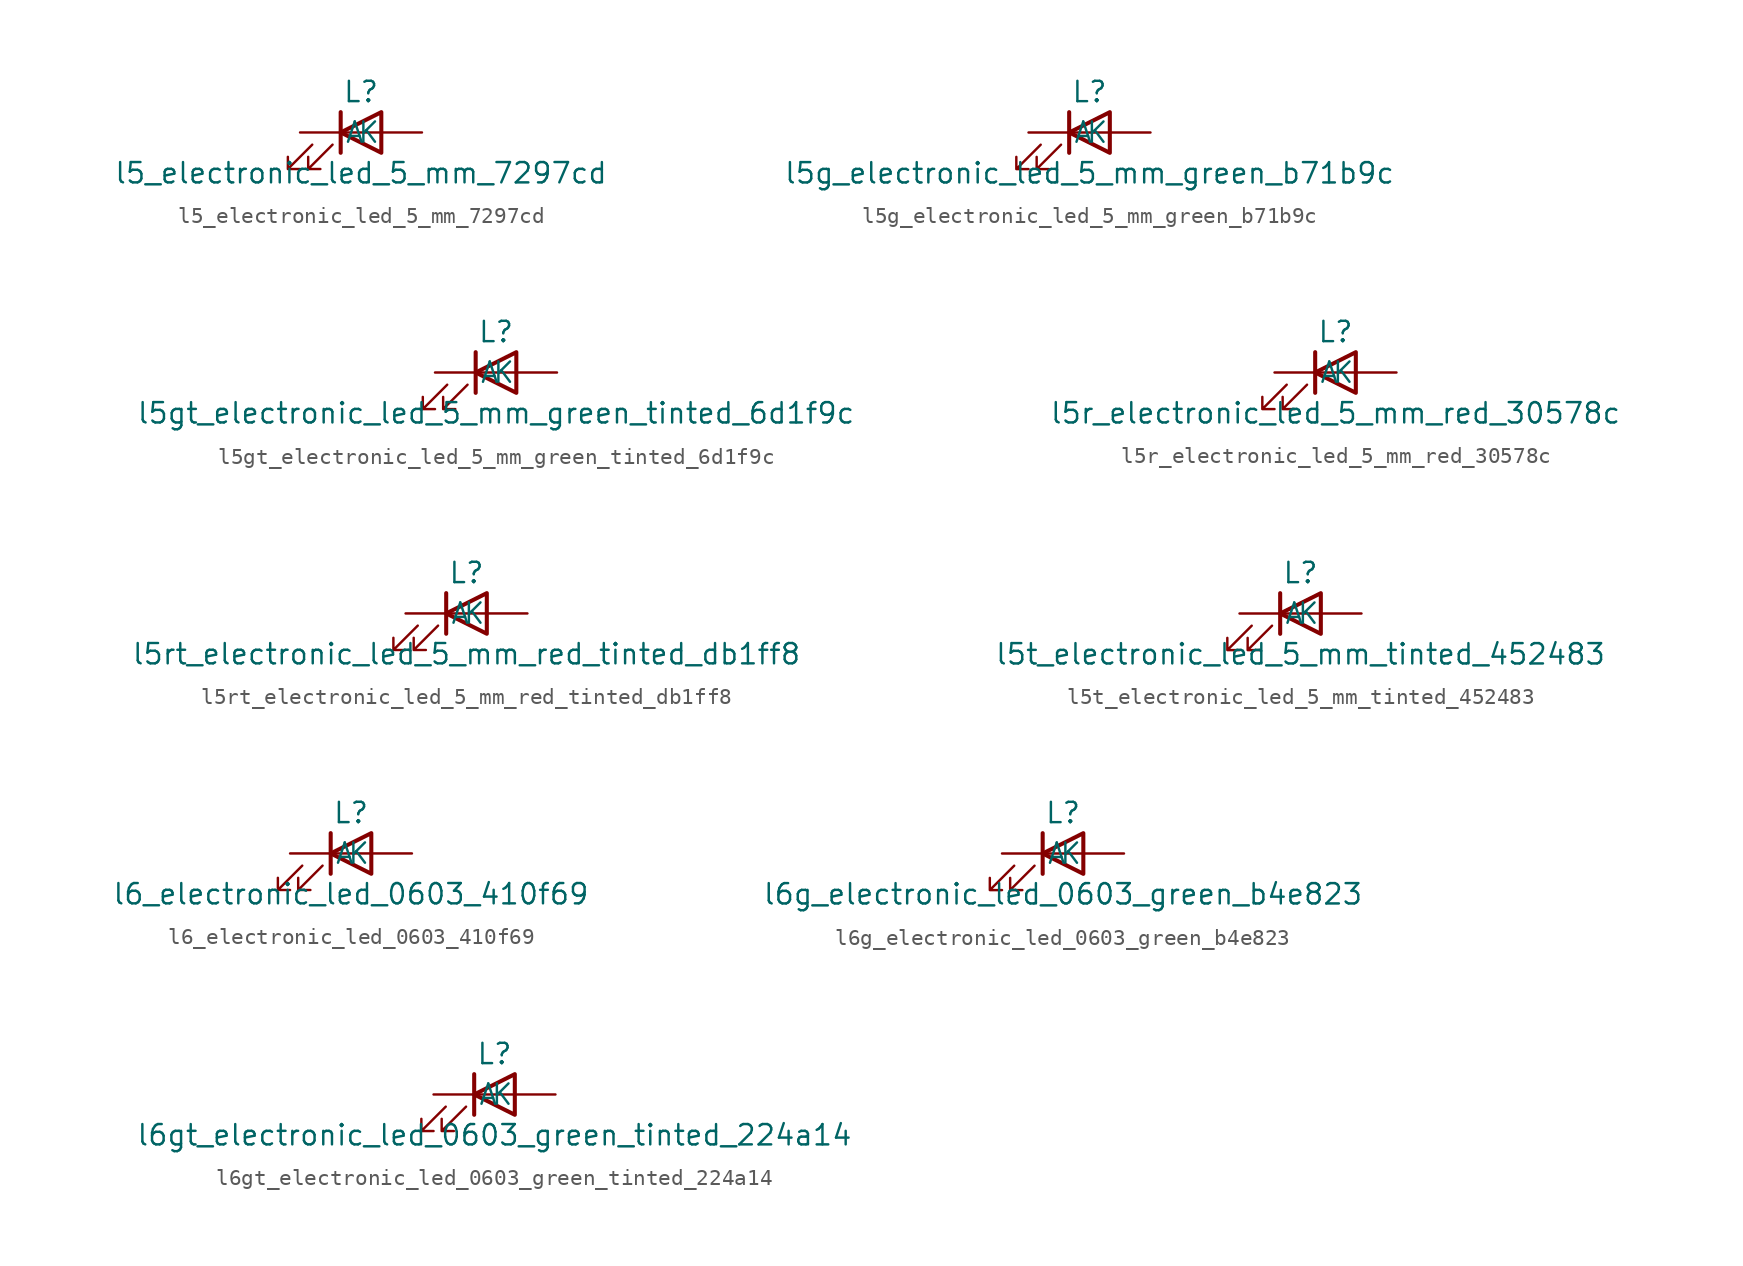
<source format=kicad_sym>
(kicad_symbol_lib
  (version 20220914)
  (generator kicad_symbol_editor)
  (symbol "l5_electronic_led_5_mm_7297cd"
    (pin_numbers hide)
    (pin_names
      (offset 1.016))
    (property "Reference" "L"
      (at 0 2.54 0)
      (effects (font (size 1.27 1.27))))
    (property "Value" "l5_electronic_led_5_mm_7297cd"
      (at 0 -2.54 0)
      (effects (font (size 1.27 1.27))))
    (symbol "l5_electronic_led_5_mm_7297cd_0_1"
      (polyline (pts (xy -1.27 -1.27) (xy -1.27 1.27)) (stroke (width 0.254) (type default)) (fill (type none)))
      (polyline (pts (xy -1.27 0) (xy 1.27 0)) (stroke (width 0) (type default)) (fill (type none)))
      (polyline (pts (xy 1.27 -1.27) (xy 1.27 1.27) (xy -1.27 0) (xy 1.27 -1.27)) (stroke (width 0.254) (type default)) (fill (type none)))
      (polyline (pts (xy -3.048 -0.762) (xy -4.572 -2.286) (xy -3.81 -2.286) (xy -4.572 -2.286) (xy -4.572 -1.524)) (stroke (width 0) (type default)) (fill (type none)))
      (polyline (pts (xy -1.778 -0.762) (xy -3.302 -2.286) (xy -2.54 -2.286) (xy -3.302 -2.286) (xy -3.302 -1.524)) (stroke (width 0) (type default)) (fill (type none))))
    (symbol "l5_electronic_led_5_mm_7297cd_1_1"
      (pin passive line (at -3.81 0 0) (length 2.54) (name "K" (effects (font (size 1.27 1.27)))) (number "1" (effects (font (size 1.27 1.27)))))
      (pin passive line (at 3.81 0 180) (length 2.54) (name "A" (effects (font (size 1.27 1.27)))) (number "2" (effects (font (size 1.27 1.27)))))))
  (symbol "l5g_electronic_led_5_mm_green_b71b9c"
    (pin_numbers hide)
    (pin_names
      (offset 1.016))
    (property "Reference" "L"
      (at 0 2.54 0)
      (effects (font (size 1.27 1.27))))
    (property "Value" "l5g_electronic_led_5_mm_green_b71b9c"
      (at 0 -2.54 0)
      (effects (font (size 1.27 1.27))))
    (symbol "l5g_electronic_led_5_mm_green_b71b9c_0_1"
      (polyline (pts (xy -1.27 -1.27) (xy -1.27 1.27)) (stroke (width 0.254) (type default)) (fill (type none)))
      (polyline (pts (xy -1.27 0) (xy 1.27 0)) (stroke (width 0) (type default)) (fill (type none)))
      (polyline (pts (xy 1.27 -1.27) (xy 1.27 1.27) (xy -1.27 0) (xy 1.27 -1.27)) (stroke (width 0.254) (type default)) (fill (type none)))
      (polyline (pts (xy -3.048 -0.762) (xy -4.572 -2.286) (xy -3.81 -2.286) (xy -4.572 -2.286) (xy -4.572 -1.524)) (stroke (width 0) (type default)) (fill (type none)))
      (polyline (pts (xy -1.778 -0.762) (xy -3.302 -2.286) (xy -2.54 -2.286) (xy -3.302 -2.286) (xy -3.302 -1.524)) (stroke (width 0) (type default)) (fill (type none))))
    (symbol "l5g_electronic_led_5_mm_green_b71b9c_1_1"
      (pin passive line (at -3.81 0 0) (length 2.54) (name "K" (effects (font (size 1.27 1.27)))) (number "1" (effects (font (size 1.27 1.27)))))
      (pin passive line (at 3.81 0 180) (length 2.54) (name "A" (effects (font (size 1.27 1.27)))) (number "2" (effects (font (size 1.27 1.27)))))))
  (symbol "l5gt_electronic_led_5_mm_green_tinted_6d1f9c"
    (pin_numbers hide)
    (pin_names
      (offset 1.016))
    (property "Reference" "L"
      (at 0 2.54 0)
      (effects (font (size 1.27 1.27))))
    (property "Value" "l5gt_electronic_led_5_mm_green_tinted_6d1f9c"
      (at 0 -2.54 0)
      (effects (font (size 1.27 1.27))))
    (symbol "l5gt_electronic_led_5_mm_green_tinted_6d1f9c_0_1"
      (polyline (pts (xy -1.27 -1.27) (xy -1.27 1.27)) (stroke (width 0.254) (type default)) (fill (type none)))
      (polyline (pts (xy -1.27 0) (xy 1.27 0)) (stroke (width 0) (type default)) (fill (type none)))
      (polyline (pts (xy 1.27 -1.27) (xy 1.27 1.27) (xy -1.27 0) (xy 1.27 -1.27)) (stroke (width 0.254) (type default)) (fill (type none)))
      (polyline (pts (xy -3.048 -0.762) (xy -4.572 -2.286) (xy -3.81 -2.286) (xy -4.572 -2.286) (xy -4.572 -1.524)) (stroke (width 0) (type default)) (fill (type none)))
      (polyline (pts (xy -1.778 -0.762) (xy -3.302 -2.286) (xy -2.54 -2.286) (xy -3.302 -2.286) (xy -3.302 -1.524)) (stroke (width 0) (type default)) (fill (type none))))
    (symbol "l5gt_electronic_led_5_mm_green_tinted_6d1f9c_1_1"
      (pin passive line (at -3.81 0 0) (length 2.54) (name "K" (effects (font (size 1.27 1.27)))) (number "1" (effects (font (size 1.27 1.27)))))
      (pin passive line (at 3.81 0 180) (length 2.54) (name "A" (effects (font (size 1.27 1.27)))) (number "2" (effects (font (size 1.27 1.27)))))))
  (symbol "l5r_electronic_led_5_mm_red_30578c"
    (pin_numbers hide)
    (pin_names
      (offset 1.016))
    (property "Reference" "L"
      (at 0 2.54 0)
      (effects (font (size 1.27 1.27))))
    (property "Value" "l5r_electronic_led_5_mm_red_30578c"
      (at 0 -2.54 0)
      (effects (font (size 1.27 1.27))))
    (symbol "l5r_electronic_led_5_mm_red_30578c_0_1"
      (polyline (pts (xy -1.27 -1.27) (xy -1.27 1.27)) (stroke (width 0.254) (type default)) (fill (type none)))
      (polyline (pts (xy -1.27 0) (xy 1.27 0)) (stroke (width 0) (type default)) (fill (type none)))
      (polyline (pts (xy 1.27 -1.27) (xy 1.27 1.27) (xy -1.27 0) (xy 1.27 -1.27)) (stroke (width 0.254) (type default)) (fill (type none)))
      (polyline (pts (xy -3.048 -0.762) (xy -4.572 -2.286) (xy -3.81 -2.286) (xy -4.572 -2.286) (xy -4.572 -1.524)) (stroke (width 0) (type default)) (fill (type none)))
      (polyline (pts (xy -1.778 -0.762) (xy -3.302 -2.286) (xy -2.54 -2.286) (xy -3.302 -2.286) (xy -3.302 -1.524)) (stroke (width 0) (type default)) (fill (type none))))
    (symbol "l5r_electronic_led_5_mm_red_30578c_1_1"
      (pin passive line (at -3.81 0 0) (length 2.54) (name "K" (effects (font (size 1.27 1.27)))) (number "1" (effects (font (size 1.27 1.27)))))
      (pin passive line (at 3.81 0 180) (length 2.54) (name "A" (effects (font (size 1.27 1.27)))) (number "2" (effects (font (size 1.27 1.27)))))))
  (symbol "l5rt_electronic_led_5_mm_red_tinted_db1ff8"
    (pin_numbers hide)
    (pin_names
      (offset 1.016))
    (property "Reference" "L"
      (at 0 2.54 0)
      (effects (font (size 1.27 1.27))))
    (property "Value" "l5rt_electronic_led_5_mm_red_tinted_db1ff8"
      (at 0 -2.54 0)
      (effects (font (size 1.27 1.27))))
    (symbol "l5rt_electronic_led_5_mm_red_tinted_db1ff8_0_1"
      (polyline (pts (xy -1.27 -1.27) (xy -1.27 1.27)) (stroke (width 0.254) (type default)) (fill (type none)))
      (polyline (pts (xy -1.27 0) (xy 1.27 0)) (stroke (width 0) (type default)) (fill (type none)))
      (polyline (pts (xy 1.27 -1.27) (xy 1.27 1.27) (xy -1.27 0) (xy 1.27 -1.27)) (stroke (width 0.254) (type default)) (fill (type none)))
      (polyline (pts (xy -3.048 -0.762) (xy -4.572 -2.286) (xy -3.81 -2.286) (xy -4.572 -2.286) (xy -4.572 -1.524)) (stroke (width 0) (type default)) (fill (type none)))
      (polyline (pts (xy -1.778 -0.762) (xy -3.302 -2.286) (xy -2.54 -2.286) (xy -3.302 -2.286) (xy -3.302 -1.524)) (stroke (width 0) (type default)) (fill (type none))))
    (symbol "l5rt_electronic_led_5_mm_red_tinted_db1ff8_1_1"
      (pin passive line (at -3.81 0 0) (length 2.54) (name "K" (effects (font (size 1.27 1.27)))) (number "1" (effects (font (size 1.27 1.27)))))
      (pin passive line (at 3.81 0 180) (length 2.54) (name "A" (effects (font (size 1.27 1.27)))) (number "2" (effects (font (size 1.27 1.27)))))))
  (symbol "l5t_electronic_led_5_mm_tinted_452483"
    (pin_numbers hide)
    (pin_names
      (offset 1.016))
    (property "Reference" "L"
      (at 0 2.54 0)
      (effects (font (size 1.27 1.27))))
    (property "Value" "l5t_electronic_led_5_mm_tinted_452483"
      (at 0 -2.54 0)
      (effects (font (size 1.27 1.27))))
    (symbol "l5t_electronic_led_5_mm_tinted_452483_0_1"
      (polyline (pts (xy -1.27 -1.27) (xy -1.27 1.27)) (stroke (width 0.254) (type default)) (fill (type none)))
      (polyline (pts (xy -1.27 0) (xy 1.27 0)) (stroke (width 0) (type default)) (fill (type none)))
      (polyline (pts (xy 1.27 -1.27) (xy 1.27 1.27) (xy -1.27 0) (xy 1.27 -1.27)) (stroke (width 0.254) (type default)) (fill (type none)))
      (polyline (pts (xy -3.048 -0.762) (xy -4.572 -2.286) (xy -3.81 -2.286) (xy -4.572 -2.286) (xy -4.572 -1.524)) (stroke (width 0) (type default)) (fill (type none)))
      (polyline (pts (xy -1.778 -0.762) (xy -3.302 -2.286) (xy -2.54 -2.286) (xy -3.302 -2.286) (xy -3.302 -1.524)) (stroke (width 0) (type default)) (fill (type none))))
    (symbol "l5t_electronic_led_5_mm_tinted_452483_1_1"
      (pin passive line (at -3.81 0 0) (length 2.54) (name "K" (effects (font (size 1.27 1.27)))) (number "1" (effects (font (size 1.27 1.27)))))
      (pin passive line (at 3.81 0 180) (length 2.54) (name "A" (effects (font (size 1.27 1.27)))) (number "2" (effects (font (size 1.27 1.27)))))))
  (symbol "l6_electronic_led_0603_410f69"
    (pin_numbers hide)
    (pin_names
      (offset 1.016))
    (property "Reference" "L"
      (at 0 2.54 0)
      (effects (font (size 1.27 1.27))))
    (property "Value" "l6_electronic_led_0603_410f69"
      (at 0 -2.54 0)
      (effects (font (size 1.27 1.27))))
    (symbol "l6_electronic_led_0603_410f69_0_1"
      (polyline (pts (xy -1.27 -1.27) (xy -1.27 1.27)) (stroke (width 0.254) (type default)) (fill (type none)))
      (polyline (pts (xy -1.27 0) (xy 1.27 0)) (stroke (width 0) (type default)) (fill (type none)))
      (polyline (pts (xy 1.27 -1.27) (xy 1.27 1.27) (xy -1.27 0) (xy 1.27 -1.27)) (stroke (width 0.254) (type default)) (fill (type none)))
      (polyline (pts (xy -3.048 -0.762) (xy -4.572 -2.286) (xy -3.81 -2.286) (xy -4.572 -2.286) (xy -4.572 -1.524)) (stroke (width 0) (type default)) (fill (type none)))
      (polyline (pts (xy -1.778 -0.762) (xy -3.302 -2.286) (xy -2.54 -2.286) (xy -3.302 -2.286) (xy -3.302 -1.524)) (stroke (width 0) (type default)) (fill (type none))))
    (symbol "l6_electronic_led_0603_410f69_1_1"
      (pin passive line (at -3.81 0 0) (length 2.54) (name "K" (effects (font (size 1.27 1.27)))) (number "1" (effects (font (size 1.27 1.27)))))
      (pin passive line (at 3.81 0 180) (length 2.54) (name "A" (effects (font (size 1.27 1.27)))) (number "2" (effects (font (size 1.27 1.27)))))))
  (symbol "l6g_electronic_led_0603_green_b4e823"
    (pin_numbers hide)
    (pin_names
      (offset 1.016))
    (property "Reference" "L"
      (at 0 2.54 0)
      (effects (font (size 1.27 1.27))))
    (property "Value" "l6g_electronic_led_0603_green_b4e823"
      (at 0 -2.54 0)
      (effects (font (size 1.27 1.27))))
    (symbol "l6g_electronic_led_0603_green_b4e823_0_1"
      (polyline (pts (xy -1.27 -1.27) (xy -1.27 1.27)) (stroke (width 0.254) (type default)) (fill (type none)))
      (polyline (pts (xy -1.27 0) (xy 1.27 0)) (stroke (width 0) (type default)) (fill (type none)))
      (polyline (pts (xy 1.27 -1.27) (xy 1.27 1.27) (xy -1.27 0) (xy 1.27 -1.27)) (stroke (width 0.254) (type default)) (fill (type none)))
      (polyline (pts (xy -3.048 -0.762) (xy -4.572 -2.286) (xy -3.81 -2.286) (xy -4.572 -2.286) (xy -4.572 -1.524)) (stroke (width 0) (type default)) (fill (type none)))
      (polyline (pts (xy -1.778 -0.762) (xy -3.302 -2.286) (xy -2.54 -2.286) (xy -3.302 -2.286) (xy -3.302 -1.524)) (stroke (width 0) (type default)) (fill (type none))))
    (symbol "l6g_electronic_led_0603_green_b4e823_1_1"
      (pin passive line (at -3.81 0 0) (length 2.54) (name "K" (effects (font (size 1.27 1.27)))) (number "1" (effects (font (size 1.27 1.27)))))
      (pin passive line (at 3.81 0 180) (length 2.54) (name "A" (effects (font (size 1.27 1.27)))) (number "2" (effects (font (size 1.27 1.27)))))))
  (symbol "l6gt_electronic_led_0603_green_tinted_224a14"
    (pin_numbers hide)
    (pin_names
      (offset 1.016))
    (property "Reference" "L"
      (at 0 2.54 0)
      (effects (font (size 1.27 1.27))))
    (property "Value" "l6gt_electronic_led_0603_green_tinted_224a14"
      (at 0 -2.54 0)
      (effects (font (size 1.27 1.27))))
    (symbol "l6gt_electronic_led_0603_green_tinted_224a14_0_1"
      (polyline (pts (xy -1.27 -1.27) (xy -1.27 1.27)) (stroke (width 0.254) (type default)) (fill (type none)))
      (polyline (pts (xy -1.27 0) (xy 1.27 0)) (stroke (width 0) (type default)) (fill (type none)))
      (polyline (pts (xy 1.27 -1.27) (xy 1.27 1.27) (xy -1.27 0) (xy 1.27 -1.27)) (stroke (width 0.254) (type default)) (fill (type none)))
      (polyline (pts (xy -3.048 -0.762) (xy -4.572 -2.286) (xy -3.81 -2.286) (xy -4.572 -2.286) (xy -4.572 -1.524)) (stroke (width 0) (type default)) (fill (type none)))
      (polyline (pts (xy -1.778 -0.762) (xy -3.302 -2.286) (xy -2.54 -2.286) (xy -3.302 -2.286) (xy -3.302 -1.524)) (stroke (width 0) (type default)) (fill (type none))))
    (symbol "l6gt_electronic_led_0603_green_tinted_224a14_1_1"
      (pin passive line (at -3.81 0 0) (length 2.54) (name "K" (effects (font (size 1.27 1.27)))) (number "1" (effects (font (size 1.27 1.27)))))
      (pin passive line (at 3.81 0 180) (length 2.54) (name "A" (effects (font (size 1.27 1.27)))) (number "2" (effects (font (size 1.27 1.27))))))))
</source>
